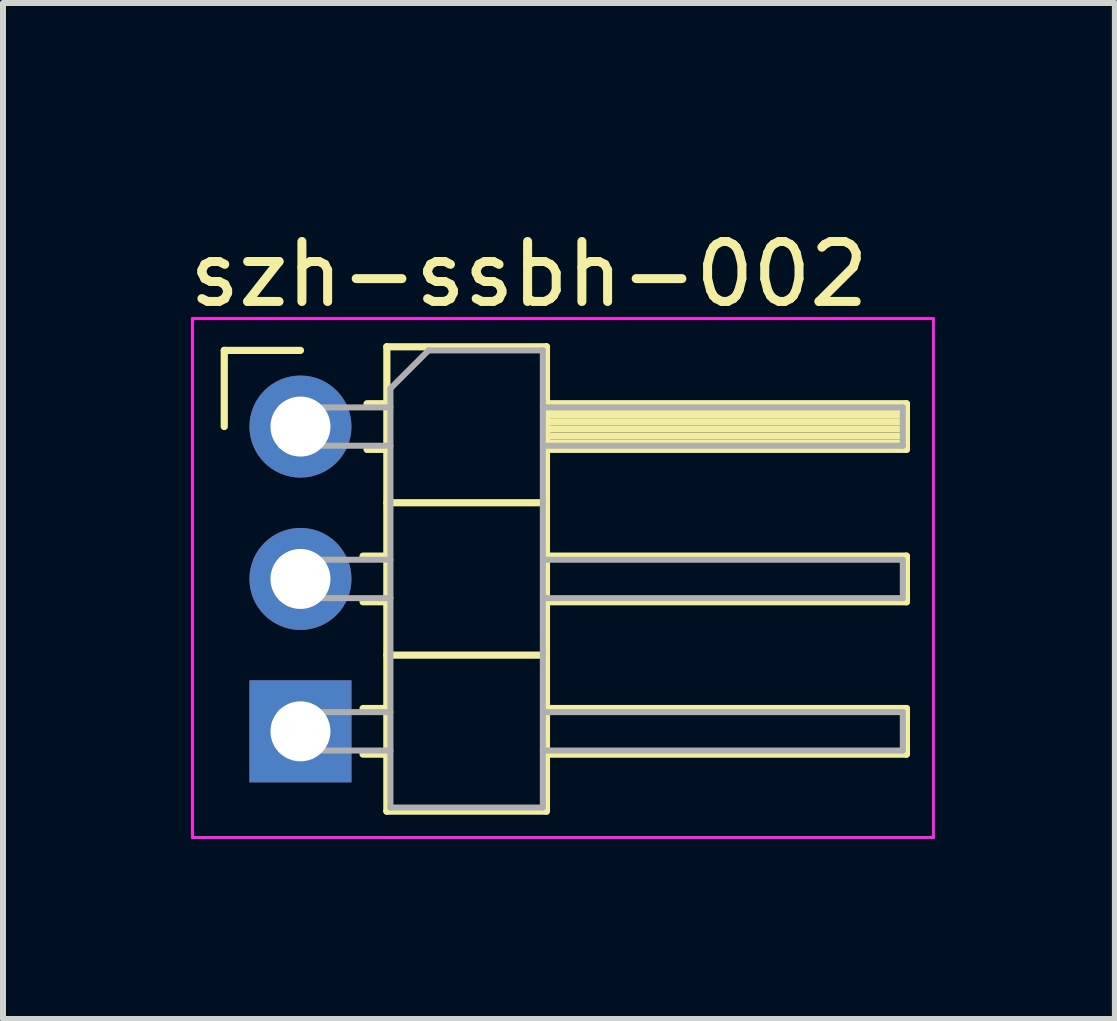
<source format=kicad_pcb>
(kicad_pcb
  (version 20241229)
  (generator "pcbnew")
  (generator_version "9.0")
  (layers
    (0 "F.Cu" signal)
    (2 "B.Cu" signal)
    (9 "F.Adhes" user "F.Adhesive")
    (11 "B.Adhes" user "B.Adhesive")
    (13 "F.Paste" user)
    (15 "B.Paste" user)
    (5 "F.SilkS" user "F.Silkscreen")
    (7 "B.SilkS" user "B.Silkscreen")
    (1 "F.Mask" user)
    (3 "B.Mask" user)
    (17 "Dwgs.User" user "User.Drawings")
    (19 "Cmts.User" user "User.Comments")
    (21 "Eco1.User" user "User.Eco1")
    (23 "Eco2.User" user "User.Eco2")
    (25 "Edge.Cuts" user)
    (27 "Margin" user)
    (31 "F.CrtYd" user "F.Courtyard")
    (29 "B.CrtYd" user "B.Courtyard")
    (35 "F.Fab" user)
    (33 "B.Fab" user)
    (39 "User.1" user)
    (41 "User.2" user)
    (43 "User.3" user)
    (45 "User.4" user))
  (footprint "szh-ssbh-002"
    (layer "F.Cu")
    (at 5.768 0.25)
    (property "Reference" "szh-ssbh-002" (at 0 1.27 0) (layer "F.SilkS") (effects (font (size 1 1) (thickness 0.15))))
    (attr through_hole)
    (fp_line (start -5.08 2.54) (end -3.81 2.54) (stroke (width 0.12) (type solid)) (layer "F.SilkS"))
    (fp_line (start -5.08 3.81) (end -5.08 2.54) (stroke (width 0.12) (type solid)) (layer "F.SilkS"))
    (fp_line (start -2.767 5.97) (end -2.37 5.97) (stroke (width 0.12) (type solid)) (layer "F.SilkS"))
    (fp_line (start -2.767 6.73) (end -2.37 6.73) (stroke (width 0.12) (type solid)) (layer "F.SilkS"))
    (fp_line (start -2.767 8.51) (end -2.37 8.51) (stroke (width 0.12) (type solid)) (layer "F.SilkS"))
    (fp_line (start -2.767 9.27) (end -2.37 9.27) (stroke (width 0.12) (type solid)) (layer "F.SilkS"))
    (fp_line (start -2.7 3.43) (end -2.37 3.43) (stroke (width 0.12) (type solid)) (layer "F.SilkS"))
    (fp_line (start -2.7 4.19) (end -2.37 4.19) (stroke (width 0.12) (type solid)) (layer "F.SilkS"))
    (fp_line (start -2.37 2.48) (end -2.37 10.22) (stroke (width 0.12) (type solid)) (layer "F.SilkS"))
    (fp_line (start -2.37 5.08) (end 0.29 5.08) (stroke (width 0.12) (type solid)) (layer "F.SilkS"))
    (fp_line (start -2.37 7.62) (end 0.29 7.62) (stroke (width 0.12) (type solid)) (layer "F.SilkS"))
    (fp_line (start -2.37 10.22) (end 0.29 10.22) (stroke (width 0.12) (type solid)) (layer "F.SilkS"))
    (fp_line (start 0.29 2.48) (end -2.37 2.48) (stroke (width 0.12) (type solid)) (layer "F.SilkS"))
    (fp_line (start 0.29 3.43) (end 6.29 3.43) (stroke (width 0.12) (type solid)) (layer "F.SilkS"))
    (fp_line (start 0.29 3.49) (end 6.29 3.49) (stroke (width 0.12) (type solid)) (layer "F.SilkS"))
    (fp_line (start 0.29 3.61) (end 6.29 3.61) (stroke (width 0.12) (type solid)) (layer "F.SilkS"))
    (fp_line (start 0.29 3.73) (end 6.29 3.73) (stroke (width 0.12) (type solid)) (layer "F.SilkS"))
    (fp_line (start 0.29 3.85) (end 6.29 3.85) (stroke (width 0.12) (type solid)) (layer "F.SilkS"))
    (fp_line (start 0.29 3.97) (end 6.29 3.97) (stroke (width 0.12) (type solid)) (layer "F.SilkS"))
    (fp_line (start 0.29 4.09) (end 6.29 4.09) (stroke (width 0.12) (type solid)) (layer "F.SilkS"))
    (fp_line (start 0.29 5.97) (end 6.29 5.97) (stroke (width 0.12) (type solid)) (layer "F.SilkS"))
    (fp_line (start 0.29 8.51) (end 6.29 8.51) (stroke (width 0.12) (type solid)) (layer "F.SilkS"))
    (fp_line (start 0.29 10.22) (end 0.29 2.48) (stroke (width 0.12) (type solid)) (layer "F.SilkS"))
    (fp_line (start 6.29 3.43) (end 6.29 4.19) (stroke (width 0.12) (type solid)) (layer "F.SilkS"))
    (fp_line (start 6.29 4.19) (end 0.29 4.19) (stroke (width 0.12) (type solid)) (layer "F.SilkS"))
    (fp_line (start 6.29 5.97) (end 6.29 6.73) (stroke (width 0.12) (type solid)) (layer "F.SilkS"))
    (fp_line (start 6.29 6.73) (end 0.29 6.73) (stroke (width 0.12) (type solid)) (layer "F.SilkS"))
    (fp_line (start 6.29 8.51) (end 6.29 9.27) (stroke (width 0.12) (type solid)) (layer "F.SilkS"))
    (fp_line (start 6.29 9.27) (end 0.29 9.27) (stroke (width 0.12) (type solid)) (layer "F.SilkS"))
    (fp_line (start -5.61 2.01) (end -5.61 10.66) (stroke (width 0.05) (type solid)) (layer "F.CrtYd"))
    (fp_line (start -5.61 10.66) (end 6.74 10.66) (stroke (width 0.05) (type solid)) (layer "F.CrtYd"))
    (fp_line (start 6.74 2.01) (end -5.61 2.01) (stroke (width 0.05) (type solid)) (layer "F.CrtYd"))
    (fp_line (start 6.74 10.66) (end 6.74 2.01) (stroke (width 0.05) (type solid)) (layer "F.CrtYd"))
    (fp_line (start -4.13 3.49) (end -4.13 4.13) (stroke (width 0.1) (type solid)) (layer "F.Fab"))
    (fp_line (start -4.13 3.49) (end -2.31 3.49) (stroke (width 0.1) (type solid)) (layer "F.Fab"))
    (fp_line (start -4.13 4.13) (end -2.31 4.13) (stroke (width 0.1) (type solid)) (layer "F.Fab"))
    (fp_line (start -4.13 6.03) (end -4.13 6.67) (stroke (width 0.1) (type solid)) (layer "F.Fab"))
    (fp_line (start -4.13 6.03) (end -2.31 6.03) (stroke (width 0.1) (type solid)) (layer "F.Fab"))
    (fp_line (start -4.13 6.67) (end -2.31 6.67) (stroke (width 0.1) (type solid)) (layer "F.Fab"))
    (fp_line (start -4.13 8.57) (end -4.13 9.21) (stroke (width 0.1) (type solid)) (layer "F.Fab"))
    (fp_line (start -4.13 8.57) (end -2.31 8.57) (stroke (width 0.1) (type solid)) (layer "F.Fab"))
    (fp_line (start -4.13 9.21) (end -2.31 9.21) (stroke (width 0.1) (type solid)) (layer "F.Fab"))
    (fp_line (start -2.31 3.175) (end -1.675 2.54) (stroke (width 0.1) (type solid)) (layer "F.Fab"))
    (fp_line (start -2.31 10.16) (end -2.31 3.175) (stroke (width 0.1) (type solid)) (layer "F.Fab"))
    (fp_line (start -1.675 2.54) (end 0.23 2.54) (stroke (width 0.1) (type solid)) (layer "F.Fab"))
    (fp_line (start 0.23 2.54) (end 0.23 10.16) (stroke (width 0.1) (type solid)) (layer "F.Fab"))
    (fp_line (start 0.23 3.49) (end 6.23 3.49) (stroke (width 0.1) (type solid)) (layer "F.Fab"))
    (fp_line (start 0.23 4.13) (end 6.23 4.13) (stroke (width 0.1) (type solid)) (layer "F.Fab"))
    (fp_line (start 0.23 6.03) (end 6.23 6.03) (stroke (width 0.1) (type solid)) (layer "F.Fab"))
    (fp_line (start 0.23 6.67) (end 6.23 6.67) (stroke (width 0.1) (type solid)) (layer "F.Fab"))
    (fp_line (start 0.23 8.57) (end 6.23 8.57) (stroke (width 0.1) (type solid)) (layer "F.Fab"))
    (fp_line (start 0.23 9.21) (end 6.23 9.21) (stroke (width 0.1) (type solid)) (layer "F.Fab"))
    (fp_line (start 0.23 10.16) (end -2.31 10.16) (stroke (width 0.1) (type solid)) (layer "F.Fab"))
    (fp_line (start 6.23 3.49) (end 6.23 4.13) (stroke (width 0.1) (type solid)) (layer "F.Fab"))
    (fp_line (start 6.23 6.03) (end 6.23 6.67) (stroke (width 0.1) (type solid)) (layer "F.Fab"))
    (fp_line (start 6.23 8.57) (end 6.23 9.21) (stroke (width 0.1) (type solid)) (layer "F.Fab"))
    (pad "1" thru_hole rect (at -3.81 8.89 90) (size 1.7 1.7) (drill 1) (layers "*.Cu" "*.Mask"))
    (pad "2" thru_hole oval (at -3.81 6.35 90) (size 1.7 1.7) (drill 1) (layers "*.Cu" "*.Mask"))
    (pad "3" thru_hole oval (at -3.81 3.81 180) (size 1.7 1.7) (drill 1) (layers "*.Cu" "*.Mask")))
  (gr_rect
    (start -3 -3)
    (end 15.533 13.935)
    (stroke (width 0.1) (type default))
    (fill no)
    (layer "Edge.Cuts")))
</source>
